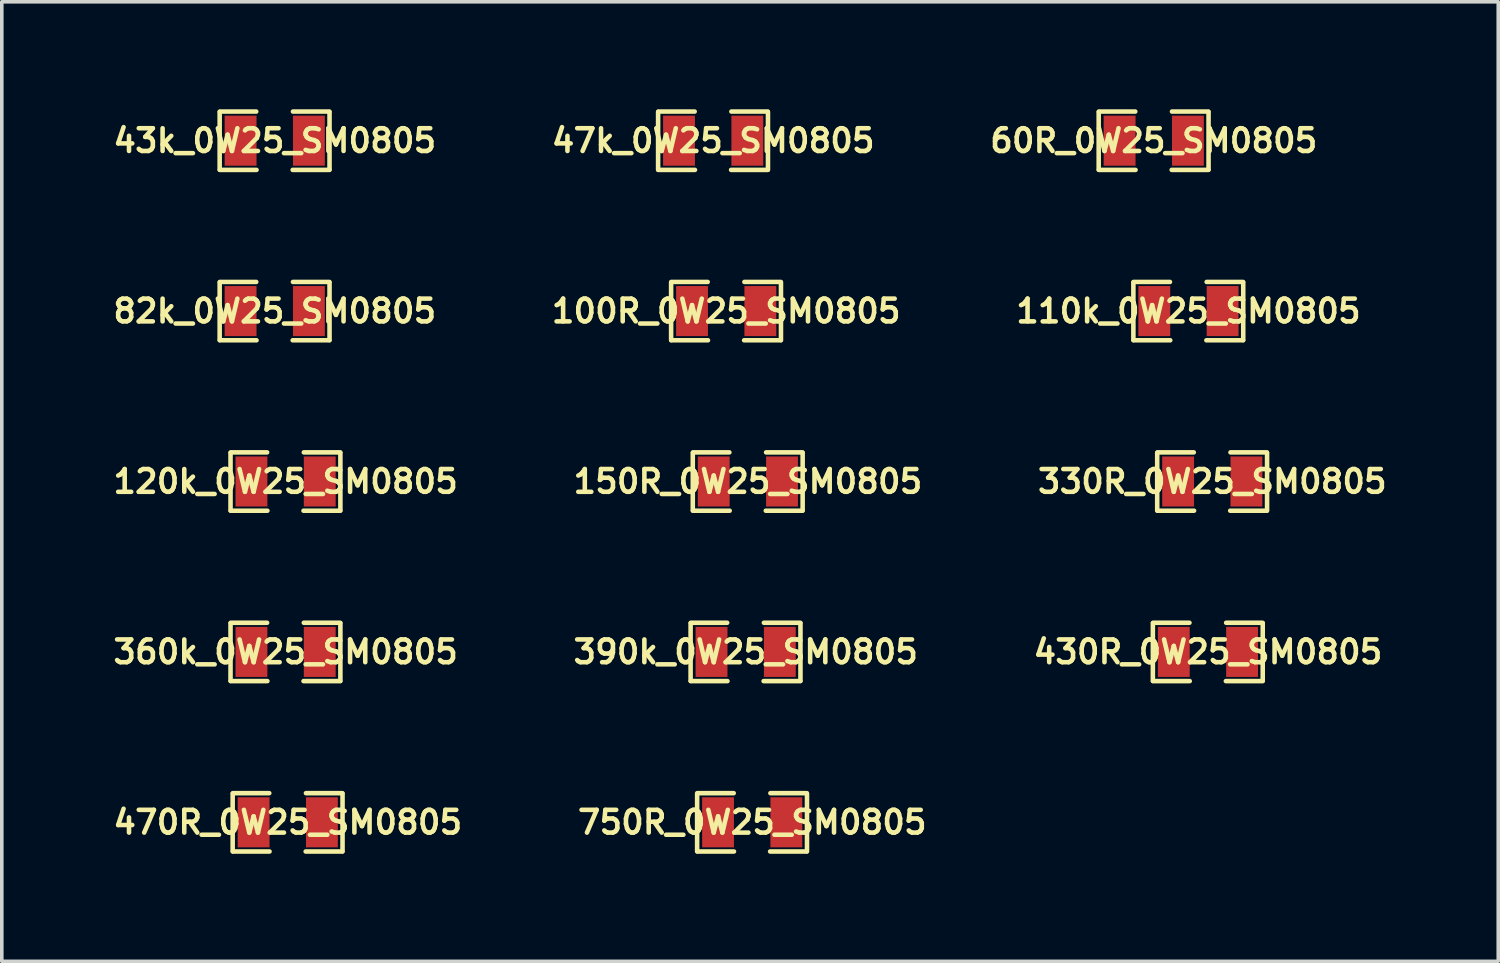
<source format=kicad_pcb>
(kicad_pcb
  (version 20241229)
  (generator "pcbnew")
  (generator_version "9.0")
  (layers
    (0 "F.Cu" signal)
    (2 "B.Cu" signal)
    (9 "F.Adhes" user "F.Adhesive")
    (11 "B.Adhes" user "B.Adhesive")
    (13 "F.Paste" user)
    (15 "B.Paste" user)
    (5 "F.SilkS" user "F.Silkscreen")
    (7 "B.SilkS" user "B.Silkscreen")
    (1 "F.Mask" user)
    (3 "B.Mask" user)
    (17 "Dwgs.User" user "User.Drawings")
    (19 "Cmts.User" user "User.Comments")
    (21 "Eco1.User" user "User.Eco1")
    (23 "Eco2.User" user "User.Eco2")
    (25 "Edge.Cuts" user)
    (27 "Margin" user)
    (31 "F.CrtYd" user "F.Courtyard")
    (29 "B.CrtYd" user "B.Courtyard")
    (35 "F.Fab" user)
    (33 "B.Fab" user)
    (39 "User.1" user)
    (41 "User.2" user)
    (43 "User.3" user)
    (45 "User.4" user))
  (footprint "330R_0W25_SM0805"
    (layer "F.Cu")
    (at 30.78 10.387)
    (property "Reference" "330R_0W25_SM0805" (at 0 0 0) (layer "F.SilkS") (effects (font (size 0.635 0.635) (thickness 0.127))))
    (attr smd)
    (fp_line (start -1.537 0.81) (end -1.537 -0.8) (stroke (width 0.127) (type solid)) (layer "F.SilkS"))
    (fp_line (start -1.532 0.815) (end -0.508 0.815) (stroke (width 0.127) (type solid)) (layer "F.SilkS"))
    (fp_line (start -0.516 -0.813) (end -1.532 -0.813) (stroke (width 0.127) (type solid)) (layer "F.SilkS"))
    (fp_line (start 0.508 -0.813) (end 1.524 -0.813) (stroke (width 0.127) (type solid)) (layer "F.SilkS"))
    (fp_line (start 1.524 0.815) (end 0.5 0.815) (stroke (width 0.127) (type solid)) (layer "F.SilkS"))
    (fp_line (start 1.529 0.81) (end 1.529 -0.8) (stroke (width 0.127) (type solid)) (layer "F.SilkS"))
    (pad "1" smd rect (at -0.953 0) (size 0.889 1.397) (layers "F.Cu" "F.Mask" "F.Paste"))
    (pad "2" smd rect (at 0.953 0) (size 0.889 1.397) (layers "F.Cu" "F.Mask" "F.Paste")))
  (footprint "43k_0W25_SM0805"
    (layer "F.Cu")
    (at 4.617 0.876)
    (property "Reference" "43k_0W25_SM0805" (at 0 0 0) (layer "F.SilkS") (effects (font (size 0.635 0.635) (thickness 0.127))))
    (attr smd)
    (fp_line (start -1.537 0.81) (end -1.537 -0.8) (stroke (width 0.127) (type solid)) (layer "F.SilkS"))
    (fp_line (start -1.532 0.815) (end -0.508 0.815) (stroke (width 0.127) (type solid)) (layer "F.SilkS"))
    (fp_line (start -0.516 -0.813) (end -1.532 -0.813) (stroke (width 0.127) (type solid)) (layer "F.SilkS"))
    (fp_line (start 0.508 -0.813) (end 1.524 -0.813) (stroke (width 0.127) (type solid)) (layer "F.SilkS"))
    (fp_line (start 1.524 0.815) (end 0.5 0.815) (stroke (width 0.127) (type solid)) (layer "F.SilkS"))
    (fp_line (start 1.529 0.81) (end 1.529 -0.8) (stroke (width 0.127) (type solid)) (layer "F.SilkS"))
    (pad "1" smd rect (at -0.953 0) (size 0.889 1.397) (layers "F.Cu" "F.Mask" "F.Paste"))
    (pad "2" smd rect (at 0.953 0) (size 0.889 1.397) (layers "F.Cu" "F.Mask" "F.Paste")))
  (footprint "120k_0W25_SM0805"
    (layer "F.Cu")
    (at 4.92 10.387)
    (property "Reference" "120k_0W25_SM0805" (at 0 0 0) (layer "F.SilkS") (effects (font (size 0.635 0.635) (thickness 0.127))))
    (attr smd)
    (fp_line (start -1.537 0.81) (end -1.537 -0.8) (stroke (width 0.127) (type solid)) (layer "F.SilkS"))
    (fp_line (start -1.532 0.815) (end -0.508 0.815) (stroke (width 0.127) (type solid)) (layer "F.SilkS"))
    (fp_line (start -0.516 -0.813) (end -1.532 -0.813) (stroke (width 0.127) (type solid)) (layer "F.SilkS"))
    (fp_line (start 0.508 -0.813) (end 1.524 -0.813) (stroke (width 0.127) (type solid)) (layer "F.SilkS"))
    (fp_line (start 1.524 0.815) (end 0.5 0.815) (stroke (width 0.127) (type solid)) (layer "F.SilkS"))
    (fp_line (start 1.529 0.81) (end 1.529 -0.8) (stroke (width 0.127) (type solid)) (layer "F.SilkS"))
    (pad "1" smd rect (at -0.953 0) (size 0.889 1.397) (layers "F.Cu" "F.Mask" "F.Paste"))
    (pad "2" smd rect (at 0.953 0) (size 0.889 1.397) (layers "F.Cu" "F.Mask" "F.Paste")))
  (footprint "100R_0W25_SM0805"
    (layer "F.Cu")
    (at 17.215 5.631)
    (property "Reference" "100R_0W25_SM0805" (at 0 0 0) (layer "F.SilkS") (effects (font (size 0.635 0.635) (thickness 0.127))))
    (attr smd)
    (fp_line (start -1.537 0.81) (end -1.537 -0.8) (stroke (width 0.127) (type solid)) (layer "F.SilkS"))
    (fp_line (start -1.532 0.815) (end -0.508 0.815) (stroke (width 0.127) (type solid)) (layer "F.SilkS"))
    (fp_line (start -0.516 -0.813) (end -1.532 -0.813) (stroke (width 0.127) (type solid)) (layer "F.SilkS"))
    (fp_line (start 0.508 -0.813) (end 1.524 -0.813) (stroke (width 0.127) (type solid)) (layer "F.SilkS"))
    (fp_line (start 1.524 0.815) (end 0.5 0.815) (stroke (width 0.127) (type solid)) (layer "F.SilkS"))
    (fp_line (start 1.529 0.81) (end 1.529 -0.8) (stroke (width 0.127) (type solid)) (layer "F.SilkS"))
    (pad "1" smd rect (at -0.953 0) (size 0.889 1.397) (layers "F.Cu" "F.Mask" "F.Paste"))
    (pad "2" smd rect (at 0.953 0) (size 0.889 1.397) (layers "F.Cu" "F.Mask" "F.Paste")))
  (footprint "390k_0W25_SM0805"
    (layer "F.Cu")
    (at 17.759 15.142)
    (property "Reference" "390k_0W25_SM0805" (at 0 0 0) (layer "F.SilkS") (effects (font (size 0.635 0.635) (thickness 0.127))))
    (attr smd)
    (fp_line (start -1.537 0.81) (end -1.537 -0.8) (stroke (width 0.127) (type solid)) (layer "F.SilkS"))
    (fp_line (start -1.532 0.815) (end -0.508 0.815) (stroke (width 0.127) (type solid)) (layer "F.SilkS"))
    (fp_line (start -0.516 -0.813) (end -1.532 -0.813) (stroke (width 0.127) (type solid)) (layer "F.SilkS"))
    (fp_line (start 0.508 -0.813) (end 1.524 -0.813) (stroke (width 0.127) (type solid)) (layer "F.SilkS"))
    (fp_line (start 1.524 0.815) (end 0.5 0.815) (stroke (width 0.127) (type solid)) (layer "F.SilkS"))
    (fp_line (start 1.529 0.81) (end 1.529 -0.8) (stroke (width 0.127) (type solid)) (layer "F.SilkS"))
    (pad "1" smd rect (at -0.953 0) (size 0.889 1.397) (layers "F.Cu" "F.Mask" "F.Paste"))
    (pad "2" smd rect (at 0.953 0) (size 0.889 1.397) (layers "F.Cu" "F.Mask" "F.Paste")))
  (footprint "150R_0W25_SM0805"
    (layer "F.Cu")
    (at 17.82 10.387)
    (property "Reference" "150R_0W25_SM0805" (at 0 0 0) (layer "F.SilkS") (effects (font (size 0.635 0.635) (thickness 0.127))))
    (attr smd)
    (fp_line (start -1.537 0.81) (end -1.537 -0.8) (stroke (width 0.127) (type solid)) (layer "F.SilkS"))
    (fp_line (start -1.532 0.815) (end -0.508 0.815) (stroke (width 0.127) (type solid)) (layer "F.SilkS"))
    (fp_line (start -0.516 -0.813) (end -1.532 -0.813) (stroke (width 0.127) (type solid)) (layer "F.SilkS"))
    (fp_line (start 0.508 -0.813) (end 1.524 -0.813) (stroke (width 0.127) (type solid)) (layer "F.SilkS"))
    (fp_line (start 1.524 0.815) (end 0.5 0.815) (stroke (width 0.127) (type solid)) (layer "F.SilkS"))
    (fp_line (start 1.529 0.81) (end 1.529 -0.8) (stroke (width 0.127) (type solid)) (layer "F.SilkS"))
    (pad "1" smd rect (at -0.953 0) (size 0.889 1.397) (layers "F.Cu" "F.Mask" "F.Paste"))
    (pad "2" smd rect (at 0.953 0) (size 0.889 1.397) (layers "F.Cu" "F.Mask" "F.Paste")))
  (footprint "60R_0W25_SM0805"
    (layer "F.Cu")
    (at 29.147 0.876)
    (property "Reference" "60R_0W25_SM0805" (at 0 0 0) (layer "F.SilkS") (effects (font (size 0.635 0.635) (thickness 0.127))))
    (attr smd)
    (fp_line (start -1.537 0.81) (end -1.537 -0.8) (stroke (width 0.127) (type solid)) (layer "F.SilkS"))
    (fp_line (start -1.532 0.815) (end -0.508 0.815) (stroke (width 0.127) (type solid)) (layer "F.SilkS"))
    (fp_line (start -0.516 -0.813) (end -1.532 -0.813) (stroke (width 0.127) (type solid)) (layer "F.SilkS"))
    (fp_line (start 0.508 -0.813) (end 1.524 -0.813) (stroke (width 0.127) (type solid)) (layer "F.SilkS"))
    (fp_line (start 1.524 0.815) (end 0.5 0.815) (stroke (width 0.127) (type solid)) (layer "F.SilkS"))
    (fp_line (start 1.529 0.81) (end 1.529 -0.8) (stroke (width 0.127) (type solid)) (layer "F.SilkS"))
    (pad "1" smd rect (at -0.953 0) (size 0.889 1.397) (layers "F.Cu" "F.Mask" "F.Paste"))
    (pad "2" smd rect (at 0.953 0) (size 0.889 1.397) (layers "F.Cu" "F.Mask" "F.Paste")))
  (footprint "47k_0W25_SM0805"
    (layer "F.Cu")
    (at 16.852 0.876)
    (property "Reference" "47k_0W25_SM0805" (at 0 0 0) (layer "F.SilkS") (effects (font (size 0.635 0.635) (thickness 0.127))))
    (attr smd)
    (fp_line (start -1.537 0.81) (end -1.537 -0.8) (stroke (width 0.127) (type solid)) (layer "F.SilkS"))
    (fp_line (start -1.532 0.815) (end -0.508 0.815) (stroke (width 0.127) (type solid)) (layer "F.SilkS"))
    (fp_line (start -0.516 -0.813) (end -1.532 -0.813) (stroke (width 0.127) (type solid)) (layer "F.SilkS"))
    (fp_line (start 0.508 -0.813) (end 1.524 -0.813) (stroke (width 0.127) (type solid)) (layer "F.SilkS"))
    (fp_line (start 1.524 0.815) (end 0.5 0.815) (stroke (width 0.127) (type solid)) (layer "F.SilkS"))
    (fp_line (start 1.529 0.81) (end 1.529 -0.8) (stroke (width 0.127) (type solid)) (layer "F.SilkS"))
    (pad "1" smd rect (at -0.953 0) (size 0.889 1.397) (layers "F.Cu" "F.Mask" "F.Paste"))
    (pad "2" smd rect (at 0.953 0) (size 0.889 1.397) (layers "F.Cu" "F.Mask" "F.Paste")))
  (footprint "470R_0W25_SM0805"
    (layer "F.Cu")
    (at 4.98 19.897)
    (property "Reference" "470R_0W25_SM0805" (at 0 0 0) (layer "F.SilkS") (effects (font (size 0.635 0.635) (thickness 0.127))))
    (attr smd)
    (fp_line (start -1.537 0.81) (end -1.537 -0.8) (stroke (width 0.127) (type solid)) (layer "F.SilkS"))
    (fp_line (start -1.532 0.815) (end -0.508 0.815) (stroke (width 0.127) (type solid)) (layer "F.SilkS"))
    (fp_line (start -0.516 -0.813) (end -1.532 -0.813) (stroke (width 0.127) (type solid)) (layer "F.SilkS"))
    (fp_line (start 0.508 -0.813) (end 1.524 -0.813) (stroke (width 0.127) (type solid)) (layer "F.SilkS"))
    (fp_line (start 1.524 0.815) (end 0.5 0.815) (stroke (width 0.127) (type solid)) (layer "F.SilkS"))
    (fp_line (start 1.529 0.81) (end 1.529 -0.8) (stroke (width 0.127) (type solid)) (layer "F.SilkS"))
    (pad "1" smd rect (at -0.953 0) (size 0.889 1.397) (layers "F.Cu" "F.Mask" "F.Paste"))
    (pad "2" smd rect (at 0.953 0) (size 0.889 1.397) (layers "F.Cu" "F.Mask" "F.Paste")))
  (footprint "360k_0W25_SM0805"
    (layer "F.Cu")
    (at 4.92 15.142)
    (property "Reference" "360k_0W25_SM0805" (at 0 0 0) (layer "F.SilkS") (effects (font (size 0.635 0.635) (thickness 0.127))))
    (attr smd)
    (fp_line (start -1.537 0.81) (end -1.537 -0.8) (stroke (width 0.127) (type solid)) (layer "F.SilkS"))
    (fp_line (start -1.532 0.815) (end -0.508 0.815) (stroke (width 0.127) (type solid)) (layer "F.SilkS"))
    (fp_line (start -0.516 -0.813) (end -1.532 -0.813) (stroke (width 0.127) (type solid)) (layer "F.SilkS"))
    (fp_line (start 0.508 -0.813) (end 1.524 -0.813) (stroke (width 0.127) (type solid)) (layer "F.SilkS"))
    (fp_line (start 1.524 0.815) (end 0.5 0.815) (stroke (width 0.127) (type solid)) (layer "F.SilkS"))
    (fp_line (start 1.529 0.81) (end 1.529 -0.8) (stroke (width 0.127) (type solid)) (layer "F.SilkS"))
    (pad "1" smd rect (at -0.953 0) (size 0.889 1.397) (layers "F.Cu" "F.Mask" "F.Paste"))
    (pad "2" smd rect (at 0.953 0) (size 0.889 1.397) (layers "F.Cu" "F.Mask" "F.Paste")))
  (footprint "82k_0W25_SM0805"
    (layer "F.Cu")
    (at 4.617 5.631)
    (property "Reference" "82k_0W25_SM0805" (at 0 0 0) (layer "F.SilkS") (effects (font (size 0.635 0.635) (thickness 0.127))))
    (attr smd)
    (fp_line (start -1.537 0.81) (end -1.537 -0.8) (stroke (width 0.127) (type solid)) (layer "F.SilkS"))
    (fp_line (start -1.532 0.815) (end -0.508 0.815) (stroke (width 0.127) (type solid)) (layer "F.SilkS"))
    (fp_line (start -0.516 -0.813) (end -1.532 -0.813) (stroke (width 0.127) (type solid)) (layer "F.SilkS"))
    (fp_line (start 0.508 -0.813) (end 1.524 -0.813) (stroke (width 0.127) (type solid)) (layer "F.SilkS"))
    (fp_line (start 1.524 0.815) (end 0.5 0.815) (stroke (width 0.127) (type solid)) (layer "F.SilkS"))
    (fp_line (start 1.529 0.81) (end 1.529 -0.8) (stroke (width 0.127) (type solid)) (layer "F.SilkS"))
    (pad "1" smd rect (at -0.953 0) (size 0.889 1.397) (layers "F.Cu" "F.Mask" "F.Paste"))
    (pad "2" smd rect (at 0.953 0) (size 0.889 1.397) (layers "F.Cu" "F.Mask" "F.Paste")))
  (footprint "750R_0W25_SM0805"
    (layer "F.Cu")
    (at 17.941 19.897)
    (property "Reference" "750R_0W25_SM0805" (at 0 0 0) (layer "F.SilkS") (effects (font (size 0.635 0.635) (thickness 0.127))))
    (attr smd)
    (fp_line (start -1.537 0.81) (end -1.537 -0.8) (stroke (width 0.127) (type solid)) (layer "F.SilkS"))
    (fp_line (start -1.532 0.815) (end -0.508 0.815) (stroke (width 0.127) (type solid)) (layer "F.SilkS"))
    (fp_line (start -0.516 -0.813) (end -1.532 -0.813) (stroke (width 0.127) (type solid)) (layer "F.SilkS"))
    (fp_line (start 0.508 -0.813) (end 1.524 -0.813) (stroke (width 0.127) (type solid)) (layer "F.SilkS"))
    (fp_line (start 1.524 0.815) (end 0.5 0.815) (stroke (width 0.127) (type solid)) (layer "F.SilkS"))
    (fp_line (start 1.529 0.81) (end 1.529 -0.8) (stroke (width 0.127) (type solid)) (layer "F.SilkS"))
    (pad "1" smd rect (at -0.953 0) (size 0.889 1.397) (layers "F.Cu" "F.Mask" "F.Paste"))
    (pad "2" smd rect (at 0.953 0) (size 0.889 1.397) (layers "F.Cu" "F.Mask" "F.Paste")))
  (footprint "110k_0W25_SM0805"
    (layer "F.Cu")
    (at 30.115 5.631)
    (property "Reference" "110k_0W25_SM0805" (at 0 0 0) (layer "F.SilkS") (effects (font (size 0.635 0.635) (thickness 0.127))))
    (attr smd)
    (fp_line (start -1.537 0.81) (end -1.537 -0.8) (stroke (width 0.127) (type solid)) (layer "F.SilkS"))
    (fp_line (start -1.532 0.815) (end -0.508 0.815) (stroke (width 0.127) (type solid)) (layer "F.SilkS"))
    (fp_line (start -0.516 -0.813) (end -1.532 -0.813) (stroke (width 0.127) (type solid)) (layer "F.SilkS"))
    (fp_line (start 0.508 -0.813) (end 1.524 -0.813) (stroke (width 0.127) (type solid)) (layer "F.SilkS"))
    (fp_line (start 1.524 0.815) (end 0.5 0.815) (stroke (width 0.127) (type solid)) (layer "F.SilkS"))
    (fp_line (start 1.529 0.81) (end 1.529 -0.8) (stroke (width 0.127) (type solid)) (layer "F.SilkS"))
    (pad "1" smd rect (at -0.953 0) (size 0.889 1.397) (layers "F.Cu" "F.Mask" "F.Paste"))
    (pad "2" smd rect (at 0.953 0) (size 0.889 1.397) (layers "F.Cu" "F.Mask" "F.Paste")))
  (footprint "430R_0W25_SM0805"
    (layer "F.Cu")
    (at 30.659 15.142)
    (property "Reference" "430R_0W25_SM0805" (at 0 0 0) (layer "F.SilkS") (effects (font (size 0.635 0.635) (thickness 0.127))))
    (attr smd)
    (fp_line (start -1.537 0.81) (end -1.537 -0.8) (stroke (width 0.127) (type solid)) (layer "F.SilkS"))
    (fp_line (start -1.532 0.815) (end -0.508 0.815) (stroke (width 0.127) (type solid)) (layer "F.SilkS"))
    (fp_line (start -0.516 -0.813) (end -1.532 -0.813) (stroke (width 0.127) (type solid)) (layer "F.SilkS"))
    (fp_line (start 0.508 -0.813) (end 1.524 -0.813) (stroke (width 0.127) (type solid)) (layer "F.SilkS"))
    (fp_line (start 1.524 0.815) (end 0.5 0.815) (stroke (width 0.127) (type solid)) (layer "F.SilkS"))
    (fp_line (start 1.529 0.81) (end 1.529 -0.8) (stroke (width 0.127) (type solid)) (layer "F.SilkS"))
    (pad "1" smd rect (at -0.953 0) (size 0.889 1.397) (layers "F.Cu" "F.Mask" "F.Paste"))
    (pad "2" smd rect (at 0.953 0) (size 0.889 1.397) (layers "F.Cu" "F.Mask" "F.Paste")))
  (gr_rect
    (start -3 -3)
    (end 38.76 23.776)
    (stroke (width 0.1) (type default))
    (fill no)
    (layer "Edge.Cuts")))
</source>
